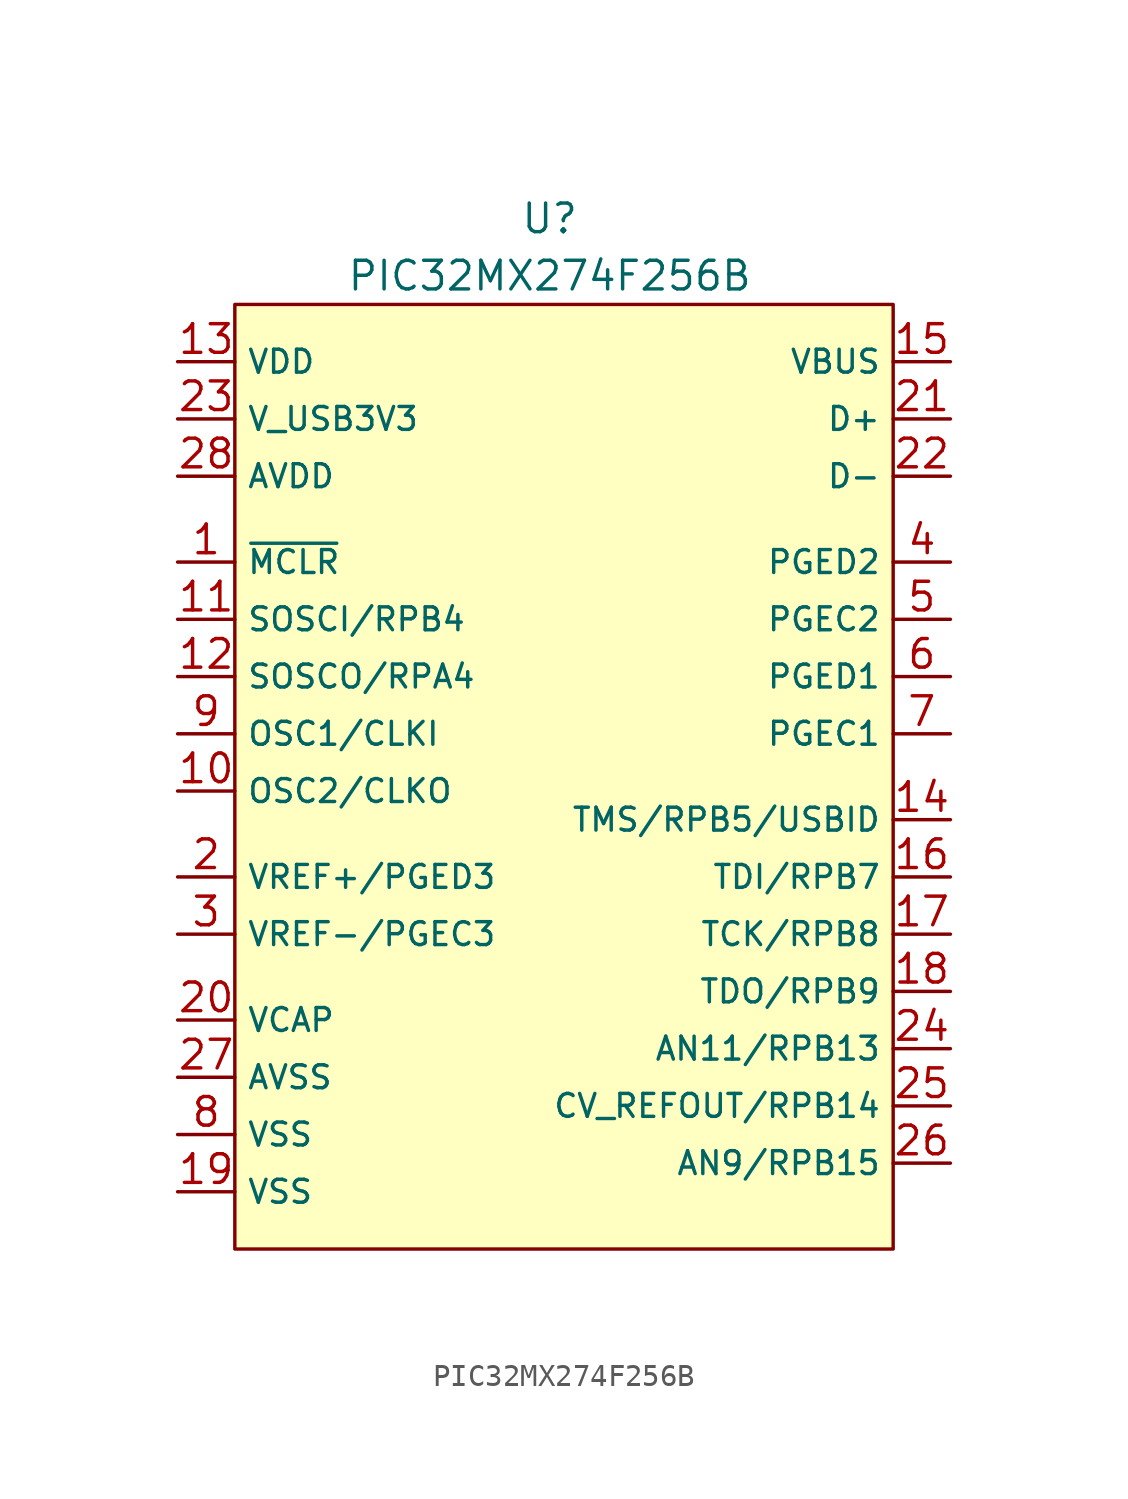
<source format=kicad_sym>
(kicad_symbol_lib
  (version 20201005)
  (generator kicad_symbol_editor)
  (symbol "CustomSymbols:PIC32MX274F256B"
    (property "Reference" "U"
      (at 0 24.13 0)
      (effects (font (size 1.27 1.27))))
    (property "Value" "PIC32MX274F256B"
      (at 0 21.59 0)
      (effects (font (size 1.27 1.27))))
    (symbol "PIC32MX274F256B_0_0"
      (pin unspecified line (at -16.51 8.89 0) (length 2.54) (name "~MCLR" (effects (font (size 1.016 1.016)))) (number "1" (effects (font (size 1.27 1.27)))))
      (pin unspecified line (at -16.51 -1.27 0) (length 2.54) (name "OSC2/CLKO" (effects (font (size 1.016 1.016)))) (number "10" (effects (font (size 1.27 1.27)))))
      (pin input line (at -16.51 6.35 0) (length 2.54) (name "SOSCI/RPB4" (effects (font (size 1.016 1.016)))) (number "11" (effects (font (size 1.27 1.27)))))
      (pin unspecified line (at -16.51 3.81 0) (length 2.54) (name "SOSCO/RPA4" (effects (font (size 1.016 1.016)))) (number "12" (effects (font (size 1.27 1.27)))))
      (pin power_in line (at -16.51 17.78 0) (length 2.54) (name "VDD" (effects (font (size 1.016 1.016)))) (number "13" (effects (font (size 1.27 1.27)))))
      (pin unspecified line (at 17.78 -2.54 180) (length 2.54) (name "TMS/RPB5/USBID" (effects (font (size 1.016 1.016)))) (number "14" (effects (font (size 1.27 1.27)))))
      (pin unspecified line (at 17.78 17.78 180) (length 2.54) (name "VBUS" (effects (font (size 1.016 1.016)))) (number "15" (effects (font (size 1.27 1.27)))))
      (pin unspecified line (at 17.78 -5.08 180) (length 2.54) (name "TDI/RPB7" (effects (font (size 1.016 1.016)))) (number "16" (effects (font (size 1.27 1.27)))))
      (pin unspecified line (at 17.78 -7.62 180) (length 2.54) (name "TCK/RPB8" (effects (font (size 1.016 1.016)))) (number "17" (effects (font (size 1.27 1.27)))))
      (pin unspecified line (at 17.78 -10.16 180) (length 2.54) (name "TDO/RPB9" (effects (font (size 1.016 1.016)))) (number "18" (effects (font (size 1.27 1.27)))))
      (pin power_in line (at -16.51 -19.05 0) (length 2.54) (name "VSS" (effects (font (size 1.016 1.016)))) (number "19" (effects (font (size 1.27 1.27)))))
      (pin unspecified line (at -16.51 -5.08 0) (length 2.54) (name "VREF+/PGED3" (effects (font (size 1.016 1.016)))) (number "2" (effects (font (size 1.27 1.27)))))
      (pin unspecified line (at -16.51 -11.43 0) (length 2.54) (name "VCAP" (effects (font (size 1.016 1.016)))) (number "20" (effects (font (size 1.27 1.27)))))
      (pin unspecified line (at 17.78 15.24 180) (length 2.54) (name "D+" (effects (font (size 1.016 1.016)))) (number "21" (effects (font (size 1.27 1.27)))))
      (pin unspecified line (at 17.78 12.7 180) (length 2.54) (name "D-" (effects (font (size 1.016 1.016)))) (number "22" (effects (font (size 1.27 1.27)))))
      (pin power_in line (at -16.51 15.24 0) (length 2.54) (name "V_USB3V3" (effects (font (size 1.016 1.016)))) (number "23" (effects (font (size 1.27 1.27)))))
      (pin unspecified line (at 17.78 -12.7 180) (length 2.54) (name "AN11/RPB13" (effects (font (size 1.016 1.016)))) (number "24" (effects (font (size 1.27 1.27)))))
      (pin unspecified line (at 17.78 -15.24 180) (length 2.54) (name "CV_REFOUT/RPB14" (effects (font (size 1.016 1.016)))) (number "25" (effects (font (size 1.27 1.27)))))
      (pin unspecified line (at 17.78 -17.78 180) (length 2.54) (name "AN9/RPB15" (effects (font (size 1.016 1.016)))) (number "26" (effects (font (size 1.27 1.27)))))
      (pin power_in line (at -16.51 -13.97 0) (length 2.54) (name "AVSS" (effects (font (size 1.016 1.016)))) (number "27" (effects (font (size 1.27 1.27)))))
      (pin power_in line (at -16.51 12.7 0) (length 2.54) (name "AVDD" (effects (font (size 1.016 1.016)))) (number "28" (effects (font (size 1.27 1.27)))))
      (pin unspecified line (at -16.51 -7.62 0) (length 2.54) (name "VREF-/PGEC3" (effects (font (size 1.016 1.016)))) (number "3" (effects (font (size 1.27 1.27)))))
      (pin unspecified line (at 17.78 8.89 180) (length 2.54) (name "PGED2" (effects (font (size 1.016 1.016)))) (number "4" (effects (font (size 1.27 1.27)))))
      (pin unspecified line (at 17.78 6.35 180) (length 2.54) (name "PGEC2" (effects (font (size 1.016 1.016)))) (number "5" (effects (font (size 1.27 1.27)))))
      (pin unspecified line (at 17.78 3.81 180) (length 2.54) (name "PGED1" (effects (font (size 1.016 1.016)))) (number "6" (effects (font (size 1.27 1.27)))))
      (pin unspecified line (at 17.78 1.27 180) (length 2.54) (name "PGEC1" (effects (font (size 1.016 1.016)))) (number "7" (effects (font (size 1.27 1.27)))))
      (pin power_in line (at -16.51 -16.51 0) (length 2.54) (name "VSS" (effects (font (size 1.016 1.016)))) (number "8" (effects (font (size 1.27 1.27)))))
      (pin unspecified line (at -16.51 1.27 0) (length 2.54) (name "OSC1/CLKI" (effects (font (size 1.016 1.016)))) (number "9" (effects (font (size 1.27 1.27))))))
    (symbol "PIC32MX274F256B_0_1"
      (rectangle (start -13.97 20.32) (end 15.24 -21.59) (stroke (width 0.152)) (fill (type background))))))
</source>
